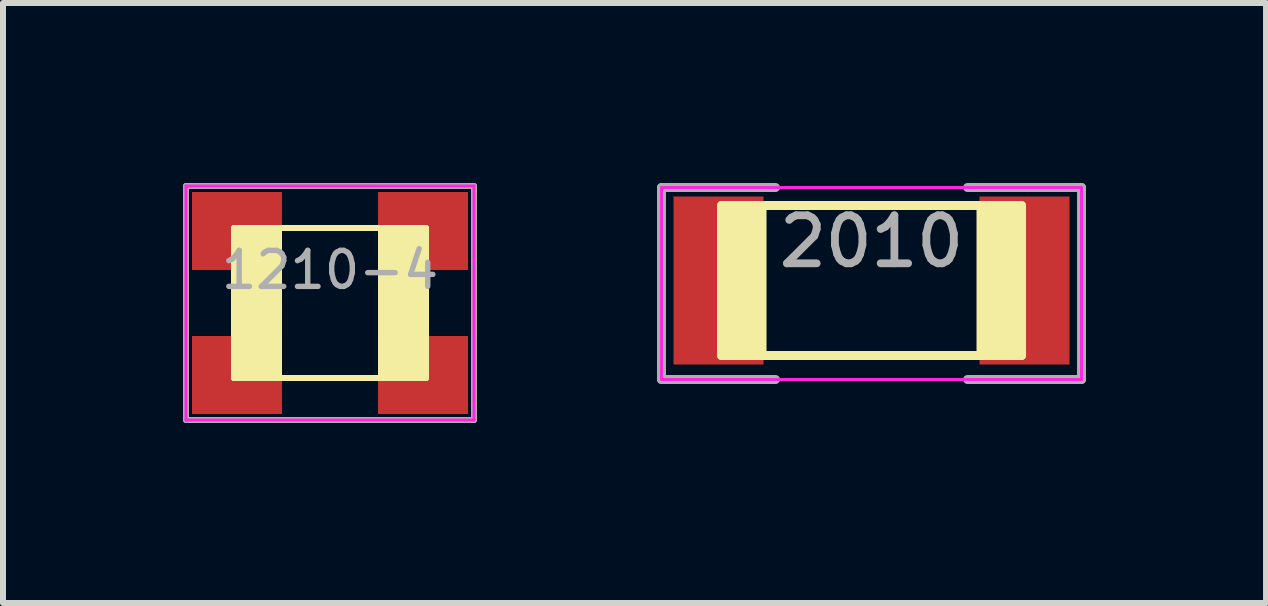
<source format=kicad_pcb>
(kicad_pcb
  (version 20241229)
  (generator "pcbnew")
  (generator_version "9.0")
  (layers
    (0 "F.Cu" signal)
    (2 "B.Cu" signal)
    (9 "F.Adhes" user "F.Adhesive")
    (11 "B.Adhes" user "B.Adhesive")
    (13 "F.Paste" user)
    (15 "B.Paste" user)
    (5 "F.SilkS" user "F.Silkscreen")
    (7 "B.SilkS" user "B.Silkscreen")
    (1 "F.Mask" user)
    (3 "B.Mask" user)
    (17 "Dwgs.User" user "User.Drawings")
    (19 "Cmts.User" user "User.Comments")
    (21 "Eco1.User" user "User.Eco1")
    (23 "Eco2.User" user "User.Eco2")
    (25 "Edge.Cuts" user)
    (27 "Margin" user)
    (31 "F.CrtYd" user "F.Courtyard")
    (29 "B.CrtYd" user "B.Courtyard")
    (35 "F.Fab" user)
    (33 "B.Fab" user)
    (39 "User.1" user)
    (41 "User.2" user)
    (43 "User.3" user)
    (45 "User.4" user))
  (footprint "2010"
    (layer "F.Cu")
    (at 11.475 1.675)
    (property "Reference" "2010" (at 0 -0.7 0) (layer "F.Fab") (effects (font (size 0.8 0.8) (thickness 0.13))))
    (attr smd)
    (fp_line (start -2.5 -1.3) (end -2.5 1.2) (stroke (width 0.15) (type solid)) (layer "F.SilkS"))
    (fp_line (start -2.5 1.2) (end 2.5 1.2) (stroke (width 0.15) (type solid)) (layer "F.SilkS"))
    (fp_line (start 2.5 -1.3) (end -2.5 -1.3) (stroke (width 0.15) (type solid)) (layer "F.SilkS"))
    (fp_line (start 2.5 1.2) (end 2.5 -1.3) (stroke (width 0.15) (type solid)) (layer "F.SilkS"))
    (fp_poly (pts (xy -1.8 1.2) (xy -2.5 1.2) (xy -2.5 -1.3) (xy -1.8 -1.3)) (stroke (width 0.1) (type solid)) (fill yes) (layer "F.SilkS"))
    (fp_poly (pts (xy 2.5 1.2) (xy 1.8 1.2) (xy 1.8 -1.3) (xy 2.5 -1.3)) (stroke (width 0.1) (type solid)) (fill yes) (layer "F.SilkS"))
    (fp_line (start -3.5 1.6) (end -3.5 -1.6) (stroke (width 0.05) (type solid)) (layer "F.CrtYd"))
    (fp_line (start 3.5 -1.6) (end -3.5 -1.6) (stroke (width 0.05) (type solid)) (layer "F.CrtYd"))
    (fp_line (start 3.5 1.6) (end -3.5 1.6) (stroke (width 0.05) (type solid)) (layer "F.CrtYd"))
    (fp_line (start 3.5 1.6) (end 3.5 -1.6) (stroke (width 0.05) (type solid)) (layer "F.CrtYd"))
    (fp_line (start -3.5 -1.6) (end -3.5 1.6) (stroke (width 0.15) (type solid)) (layer "F.Fab"))
    (fp_line (start -1.6 -1.6) (end -3.5 -1.6) (stroke (width 0.15) (type solid)) (layer "F.Fab"))
    (fp_line (start -1.6 1.6) (end -3.5 1.6) (stroke (width 0.15) (type solid)) (layer "F.Fab"))
    (fp_line (start 3.5 -1.6) (end 1.6 -1.6) (stroke (width 0.15) (type solid)) (layer "F.Fab"))
    (fp_line (start 3.5 -1.6) (end 3.5 1.6) (stroke (width 0.15) (type solid)) (layer "F.Fab"))
    (fp_line (start 3.5 1.6) (end 1.6 1.6) (stroke (width 0.15) (type solid)) (layer "F.Fab"))
    (pad "1" smd rect (at -2.55 -0.05) (size 1.5 2.8) (layers "F.Cu" "F.Mask" "F.Paste"))
    (pad "2" smd rect (at 2.55 -0.05) (size 1.5 2.8) (layers "F.Cu" "F.Mask" "F.Paste")))
  (footprint "1210-4"
    (layer "F.Cu")
    (at 2.45 2)
    (property "Reference" "1210-4" (at 0 -0.55 0) (layer "F.Fab") (effects (font (size 0.6 0.6) (thickness 0.09))))
    (attr smd)
    (fp_line (start -1.6 -1.25) (end 1.6 -1.25) (stroke (width 0.1) (type solid)) (layer "F.SilkS"))
    (fp_line (start -1.6 1.25) (end -1.6 -1.25) (stroke (width 0.1) (type solid)) (layer "F.SilkS"))
    (fp_line (start 1.6 -1.25) (end 1.6 1.25) (stroke (width 0.1) (type solid)) (layer "F.SilkS"))
    (fp_line (start 1.6 1.25) (end -1.6 1.25) (stroke (width 0.1) (type solid)) (layer "F.SilkS"))
    (fp_poly (pts (xy -0.85 1.25) (xy -1.6 1.25) (xy -1.6 -1.25) (xy -0.85 -1.25)) (stroke (width 0.1) (type solid)) (fill yes) (layer "F.SilkS"))
    (fp_poly (pts (xy 1.6 1.25) (xy 0.85 1.25) (xy 0.85 -1.25) (xy 1.6 -1.25)) (stroke (width 0.1) (type solid)) (fill yes) (layer "F.SilkS"))
    (fp_line (start -2.4 -1.95) (end 2.4 -1.95) (stroke (width 0.05) (type solid)) (layer "F.CrtYd"))
    (fp_line (start -2.4 1.95) (end -2.4 -1.95) (stroke (width 0.05) (type solid)) (layer "F.CrtYd"))
    (fp_line (start 2.4 -1.95) (end 2.4 1.95) (stroke (width 0.05) (type solid)) (layer "F.CrtYd"))
    (fp_line (start 2.4 1.95) (end -2.4 1.95) (stroke (width 0.05) (type solid)) (layer "F.CrtYd"))
    (fp_line (start -2.4 -1.95) (end 2.4 -1.95) (stroke (width 0.1) (type solid)) (layer "F.Fab"))
    (fp_line (start -2.4 1.95) (end -2.4 -1.95) (stroke (width 0.1) (type solid)) (layer "F.Fab"))
    (fp_line (start 2.4 1.95) (end -2.4 1.95) (stroke (width 0.1) (type solid)) (layer "F.Fab"))
    (fp_line (start 2.4 1.95) (end 2.4 -1.95) (stroke (width 0.1) (type solid)) (layer "F.Fab"))
    (pad "1" smd rect (at -1.55 -1.2) (size 1.5 1.3) (layers "F.Cu" "F.Mask" "F.Paste"))
    (pad "2" smd rect (at -1.55 1.2) (size 1.5 1.3) (layers "F.Cu" "F.Mask" "F.Paste"))
    (pad "3" smd rect (at 1.55 1.2) (size 1.5 1.3) (layers "F.Cu" "F.Mask" "F.Paste"))
    (pad "4" smd rect (at 1.55 -1.2) (size 1.5 1.3) (layers "F.Cu" "F.Mask" "F.Paste")))
  (gr_rect
    (start -3 -3)
    (end 18.05 7)
    (stroke (width 0.1) (type default))
    (fill no)
    (layer "Edge.Cuts")))
</source>
